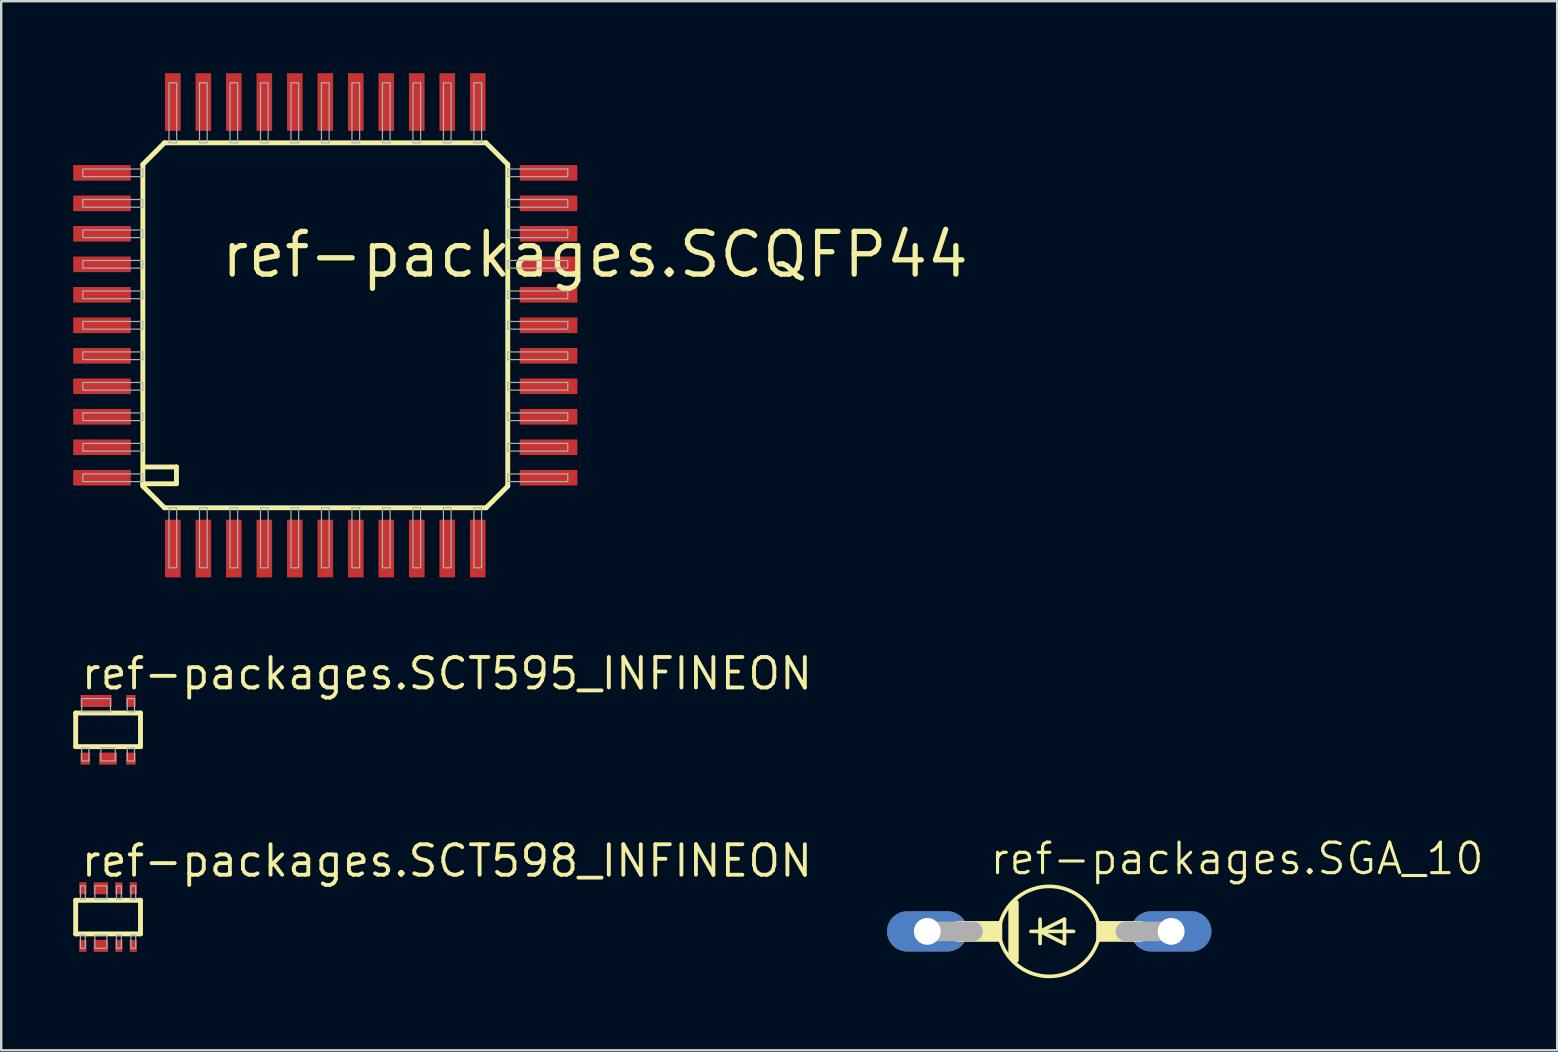
<source format=kicad_pcb>
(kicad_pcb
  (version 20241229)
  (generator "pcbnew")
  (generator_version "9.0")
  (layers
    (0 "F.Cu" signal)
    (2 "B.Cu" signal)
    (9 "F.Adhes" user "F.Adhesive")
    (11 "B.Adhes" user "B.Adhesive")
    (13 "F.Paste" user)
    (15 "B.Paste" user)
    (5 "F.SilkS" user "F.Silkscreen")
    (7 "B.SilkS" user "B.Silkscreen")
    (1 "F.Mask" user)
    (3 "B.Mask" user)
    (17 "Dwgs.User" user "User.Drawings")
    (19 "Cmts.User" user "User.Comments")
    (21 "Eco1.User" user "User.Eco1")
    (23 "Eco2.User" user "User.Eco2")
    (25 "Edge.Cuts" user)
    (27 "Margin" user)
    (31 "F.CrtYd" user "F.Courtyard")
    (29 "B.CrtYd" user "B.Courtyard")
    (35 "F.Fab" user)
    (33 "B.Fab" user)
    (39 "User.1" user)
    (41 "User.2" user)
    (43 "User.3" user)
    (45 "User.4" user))
  (footprint "ref-packages.SGA_10"
    (layer "F.Cu")
    (at 40.654 35.746)
    (property "Reference" "ref-packages.SGA_10" (at -2.54 -2.286 0) (layer "F.SilkS") (effects (font (size 1.27 1.27) (thickness 0.13)) (justify left bottom)))
    (attr through_hole)
    (fp_line (start -2.032 -0.381) (end -2.032 0.381) (stroke (width 0.152) (type default)) (layer "F.SilkS"))
    (fp_line (start -1.575 -1.041) (end -1.575 1.016) (stroke (width 0.254) (type default)) (layer "F.SilkS"))
    (fp_line (start -1.397 -1.194) (end -1.397 1.194) (stroke (width 0.254) (type default)) (layer "F.SilkS"))
    (fp_line (start -0.762 0) (end -0.381 0) (stroke (width 0.152) (type default)) (layer "F.SilkS"))
    (fp_line (start -0.381 -0.508) (end -0.381 0) (stroke (width 0.152) (type default)) (layer "F.SilkS"))
    (fp_line (start -0.381 0) (end -0.381 0.508) (stroke (width 0.152) (type default)) (layer "F.SilkS"))
    (fp_line (start -0.381 0) (end 0.635 -0.508) (stroke (width 0.152) (type default)) (layer "F.SilkS"))
    (fp_line (start -0.381 0) (end 1.016 0) (stroke (width 0.152) (type default)) (layer "F.SilkS"))
    (fp_line (start 0.635 -0.508) (end 0.635 0.508) (stroke (width 0.152) (type default)) (layer "F.SilkS"))
    (fp_line (start 0.635 0.508) (end -0.381 0) (stroke (width 0.152) (type default)) (layer "F.SilkS"))
    (fp_line (start 2.032 -0.381) (end 2.032 0.381) (stroke (width 0.152) (type default)) (layer "F.SilkS"))
    (fp_rect (start -3.861 0.406) (end -2.032 -0.406) (stroke (width 0.05) (type default)) (fill yes) (layer "F.SilkS"))
    (fp_rect (start 2.032 0.406) (end 3.861 -0.406) (stroke (width 0.05) (type default)) (fill yes) (layer "F.SilkS"))
    (fp_arc (start -2.032 -0.381) (mid 0 -1.874908) (end 2.032 -0.381) (stroke (width 0.1524) (type default)) (layer "F.SilkS"))
    (fp_arc (start 2.032 0.381) (mid 0 1.874908) (end -2.032 0.381) (stroke (width 0.1524) (type default)) (layer "F.SilkS"))
    (fp_line (start -5.08 0) (end -3.175 0) (stroke (width 0.813) (type default)) (layer "F.Fab"))
    (fp_line (start 5.08 0) (end 3.175 0) (stroke (width 0.813) (type default)) (layer "F.Fab"))
    (pad "A" thru_hole oval (at 5.08 0) (size 3.353 1.676) (drill 1.118) (layers "*.Cu" "*.Mask"))
    (pad "C" thru_hole oval (at -5.08 0) (size 3.353 1.676) (drill 1.118) (layers "*.Cu" "*.Mask")))
  (footprint "ref-packages.SCQFP44"
    (layer "F.Cu")
    (at 10.5 10.5)
    (property "Reference" "ref-packages.SCQFP44" (at -4.445 -1.905 0) (layer "F.SilkS") (effects (font (size 1.778 1.778) (thickness 0.22)) (justify left bottom)))
    (attr smd)
    (fp_line (start -7.6 -6.7) (end -7.6 6.6) (stroke (width 0.203) (type default)) (layer "F.SilkS"))
    (fp_line (start -7.6 -6.7) (end -6.7 -7.6) (stroke (width 0.203) (type default)) (layer "F.SilkS"))
    (fp_line (start -7.6 6.6) (end -7.6 6.7) (stroke (width 0.203) (type default)) (layer "F.SilkS"))
    (fp_line (start -7.6 6.6) (end -6.2 6.6) (stroke (width 0.203) (type default)) (layer "F.SilkS"))
    (fp_line (start -7.6 6.7) (end -6.7 7.6) (stroke (width 0.203) (type default)) (layer "F.SilkS"))
    (fp_line (start -6.7 7.6) (end 6.7 7.6) (stroke (width 0.203) (type default)) (layer "F.SilkS"))
    (fp_line (start -6.2 5.9) (end -7.5 5.9) (stroke (width 0.203) (type default)) (layer "F.SilkS"))
    (fp_line (start -6.2 6.6) (end -6.2 5.9) (stroke (width 0.203) (type default)) (layer "F.SilkS"))
    (fp_line (start 6.7 -7.6) (end -6.7 -7.6) (stroke (width 0.203) (type default)) (layer "F.SilkS"))
    (fp_line (start 6.7 -7.6) (end 7.6 -6.7) (stroke (width 0.203) (type default)) (layer "F.SilkS"))
    (fp_line (start 6.7 7.6) (end 7.6 6.7) (stroke (width 0.203) (type default)) (layer "F.SilkS"))
    (fp_line (start 7.6 6.7) (end 7.6 -6.7) (stroke (width 0.203) (type default)) (layer "F.SilkS"))
    (fp_rect (start -10.1 -6.19) (end -7.6 -6.51) (stroke (width 0.05) (type default)) (fill no) (layer "F.Fab"))
    (fp_rect (start -10.1 -4.92) (end -7.6 -5.24) (stroke (width 0.05) (type default)) (fill no) (layer "F.Fab"))
    (fp_rect (start -10.1 -3.65) (end -7.6 -3.97) (stroke (width 0.05) (type default)) (fill no) (layer "F.Fab"))
    (fp_rect (start -10.1 -2.38) (end -7.6 -2.7) (stroke (width 0.05) (type default)) (fill no) (layer "F.Fab"))
    (fp_rect (start -10.1 -1.11) (end -7.6 -1.43) (stroke (width 0.05) (type default)) (fill no) (layer "F.Fab"))
    (fp_rect (start -10.1 0.16) (end -7.6 -0.16) (stroke (width 0.05) (type default)) (fill no) (layer "F.Fab"))
    (fp_rect (start -10.1 1.43) (end -7.6 1.11) (stroke (width 0.05) (type default)) (fill no) (layer "F.Fab"))
    (fp_rect (start -10.1 2.7) (end -7.6 2.38) (stroke (width 0.05) (type default)) (fill no) (layer "F.Fab"))
    (fp_rect (start -10.1 3.97) (end -7.6 3.65) (stroke (width 0.05) (type default)) (fill no) (layer "F.Fab"))
    (fp_rect (start -10.1 5.24) (end -7.6 4.92) (stroke (width 0.05) (type default)) (fill no) (layer "F.Fab"))
    (fp_rect (start -10.1 6.51) (end -7.6 6.19) (stroke (width 0.05) (type default)) (fill no) (layer "F.Fab"))
    (fp_rect (start -6.51 -7.6) (end -6.19 -10.1) (stroke (width 0.05) (type default)) (fill no) (layer "F.Fab"))
    (fp_rect (start -6.51 10.1) (end -6.19 7.6) (stroke (width 0.05) (type default)) (fill no) (layer "F.Fab"))
    (fp_rect (start -5.24 -7.6) (end -4.92 -10.1) (stroke (width 0.05) (type default)) (fill no) (layer "F.Fab"))
    (fp_rect (start -5.24 10.1) (end -4.92 7.6) (stroke (width 0.05) (type default)) (fill no) (layer "F.Fab"))
    (fp_rect (start -3.97 -7.6) (end -3.65 -10.1) (stroke (width 0.05) (type default)) (fill no) (layer "F.Fab"))
    (fp_rect (start -3.97 10.1) (end -3.65 7.6) (stroke (width 0.05) (type default)) (fill no) (layer "F.Fab"))
    (fp_rect (start -2.7 -7.6) (end -2.38 -10.1) (stroke (width 0.05) (type default)) (fill no) (layer "F.Fab"))
    (fp_rect (start -2.7 10.1) (end -2.38 7.6) (stroke (width 0.05) (type default)) (fill no) (layer "F.Fab"))
    (fp_rect (start -1.43 -7.6) (end -1.11 -10.1) (stroke (width 0.05) (type default)) (fill no) (layer "F.Fab"))
    (fp_rect (start -1.43 10.1) (end -1.11 7.6) (stroke (width 0.05) (type default)) (fill no) (layer "F.Fab"))
    (fp_rect (start -0.16 -7.6) (end 0.16 -10.1) (stroke (width 0.05) (type default)) (fill no) (layer "F.Fab"))
    (fp_rect (start -0.16 10.1) (end 0.16 7.6) (stroke (width 0.05) (type default)) (fill no) (layer "F.Fab"))
    (fp_rect (start 1.11 -7.6) (end 1.43 -10.1) (stroke (width 0.05) (type default)) (fill no) (layer "F.Fab"))
    (fp_rect (start 1.11 10.1) (end 1.43 7.6) (stroke (width 0.05) (type default)) (fill no) (layer "F.Fab"))
    (fp_rect (start 2.38 -7.6) (end 2.7 -10.1) (stroke (width 0.05) (type default)) (fill no) (layer "F.Fab"))
    (fp_rect (start 2.38 10.1) (end 2.7 7.6) (stroke (width 0.05) (type default)) (fill no) (layer "F.Fab"))
    (fp_rect (start 3.65 -7.6) (end 3.97 -10.1) (stroke (width 0.05) (type default)) (fill no) (layer "F.Fab"))
    (fp_rect (start 3.65 10.1) (end 3.97 7.6) (stroke (width 0.05) (type default)) (fill no) (layer "F.Fab"))
    (fp_rect (start 4.92 -7.6) (end 5.24 -10.1) (stroke (width 0.05) (type default)) (fill no) (layer "F.Fab"))
    (fp_rect (start 4.92 10.1) (end 5.24 7.6) (stroke (width 0.05) (type default)) (fill no) (layer "F.Fab"))
    (fp_rect (start 6.19 -7.6) (end 6.51 -10.1) (stroke (width 0.05) (type default)) (fill no) (layer "F.Fab"))
    (fp_rect (start 6.19 10.1) (end 6.51 7.6) (stroke (width 0.05) (type default)) (fill no) (layer "F.Fab"))
    (fp_rect (start 7.6 -6.19) (end 10.1 -6.51) (stroke (width 0.05) (type default)) (fill no) (layer "F.Fab"))
    (fp_rect (start 7.6 -4.92) (end 10.1 -5.24) (stroke (width 0.05) (type default)) (fill no) (layer "F.Fab"))
    (fp_rect (start 7.6 -3.65) (end 10.1 -3.97) (stroke (width 0.05) (type default)) (fill no) (layer "F.Fab"))
    (fp_rect (start 7.6 -2.38) (end 10.1 -2.7) (stroke (width 0.05) (type default)) (fill no) (layer "F.Fab"))
    (fp_rect (start 7.6 -1.11) (end 10.1 -1.43) (stroke (width 0.05) (type default)) (fill no) (layer "F.Fab"))
    (fp_rect (start 7.6 0.16) (end 10.1 -0.16) (stroke (width 0.05) (type default)) (fill no) (layer "F.Fab"))
    (fp_rect (start 7.6 1.43) (end 10.1 1.11) (stroke (width 0.05) (type default)) (fill no) (layer "F.Fab"))
    (fp_rect (start 7.6 2.7) (end 10.1 2.38) (stroke (width 0.05) (type default)) (fill no) (layer "F.Fab"))
    (fp_rect (start 7.6 3.97) (end 10.1 3.65) (stroke (width 0.05) (type default)) (fill no) (layer "F.Fab"))
    (fp_rect (start 7.6 5.24) (end 10.1 4.92) (stroke (width 0.05) (type default)) (fill no) (layer "F.Fab"))
    (fp_rect (start 7.6 6.51) (end 10.1 6.19) (stroke (width 0.05) (type default)) (fill no) (layer "F.Fab"))
    (pad "1" smd roundrect (at -6.35 9.3) (size 0.65 2.4) (layers "F.Cu" "F.Mask" "F.Paste") (roundrect_rratio 0.01))
    (pad "2" smd roundrect (at -5.08 9.3) (size 0.65 2.4) (layers "F.Cu" "F.Mask" "F.Paste") (roundrect_rratio 0.01))
    (pad "3" smd roundrect (at -3.81 9.3) (size 0.65 2.4) (layers "F.Cu" "F.Mask" "F.Paste") (roundrect_rratio 0.01))
    (pad "4" smd roundrect (at -2.54 9.3) (size 0.65 2.4) (layers "F.Cu" "F.Mask" "F.Paste") (roundrect_rratio 0.01))
    (pad "5" smd roundrect (at -1.27 9.3) (size 0.65 2.4) (layers "F.Cu" "F.Mask" "F.Paste") (roundrect_rratio 0.01))
    (pad "6" smd roundrect (at 0 9.3) (size 0.65 2.4) (layers "F.Cu" "F.Mask" "F.Paste") (roundrect_rratio 0.01))
    (pad "7" smd roundrect (at 1.27 9.3) (size 0.65 2.4) (layers "F.Cu" "F.Mask" "F.Paste") (roundrect_rratio 0.01))
    (pad "8" smd roundrect (at 2.54 9.3) (size 0.65 2.4) (layers "F.Cu" "F.Mask" "F.Paste") (roundrect_rratio 0.01))
    (pad "9" smd roundrect (at 3.81 9.3) (size 0.65 2.4) (layers "F.Cu" "F.Mask" "F.Paste") (roundrect_rratio 0.01))
    (pad "10" smd roundrect (at 5.08 9.3) (size 0.65 2.4) (layers "F.Cu" "F.Mask" "F.Paste") (roundrect_rratio 0.01))
    (pad "11" smd roundrect (at 6.35 9.3) (size 0.65 2.4) (layers "F.Cu" "F.Mask" "F.Paste") (roundrect_rratio 0.01))
    (pad "12" smd roundrect (at 9.3 6.35) (size 2.4 0.65) (layers "F.Cu" "F.Mask" "F.Paste") (roundrect_rratio 0.01))
    (pad "13" smd roundrect (at 9.3 5.08) (size 2.4 0.65) (layers "F.Cu" "F.Mask" "F.Paste") (roundrect_rratio 0.01))
    (pad "14" smd roundrect (at 9.3 3.81) (size 2.4 0.65) (layers "F.Cu" "F.Mask" "F.Paste") (roundrect_rratio 0.01))
    (pad "15" smd roundrect (at 9.3 2.54) (size 2.4 0.65) (layers "F.Cu" "F.Mask" "F.Paste") (roundrect_rratio 0.01))
    (pad "16" smd roundrect (at 9.3 1.27) (size 2.4 0.65) (layers "F.Cu" "F.Mask" "F.Paste") (roundrect_rratio 0.01))
    (pad "17" smd roundrect (at 9.3 0) (size 2.4 0.65) (layers "F.Cu" "F.Mask" "F.Paste") (roundrect_rratio 0.01))
    (pad "18" smd roundrect (at 9.3 -1.27) (size 2.4 0.65) (layers "F.Cu" "F.Mask" "F.Paste") (roundrect_rratio 0.01))
    (pad "19" smd roundrect (at 9.3 -2.54) (size 2.4 0.65) (layers "F.Cu" "F.Mask" "F.Paste") (roundrect_rratio 0.01))
    (pad "20" smd roundrect (at 9.3 -3.81) (size 2.4 0.65) (layers "F.Cu" "F.Mask" "F.Paste") (roundrect_rratio 0.01))
    (pad "21" smd roundrect (at 9.3 -5.08) (size 2.4 0.65) (layers "F.Cu" "F.Mask" "F.Paste") (roundrect_rratio 0.01))
    (pad "22" smd roundrect (at 9.3 -6.35) (size 2.4 0.65) (layers "F.Cu" "F.Mask" "F.Paste") (roundrect_rratio 0.01))
    (pad "23" smd roundrect (at 6.35 -9.3) (size 0.65 2.4) (layers "F.Cu" "F.Mask" "F.Paste") (roundrect_rratio 0.01))
    (pad "24" smd roundrect (at 5.08 -9.3) (size 0.65 2.4) (layers "F.Cu" "F.Mask" "F.Paste") (roundrect_rratio 0.01))
    (pad "25" smd roundrect (at 3.81 -9.3) (size 0.65 2.4) (layers "F.Cu" "F.Mask" "F.Paste") (roundrect_rratio 0.01))
    (pad "26" smd roundrect (at 2.54 -9.3) (size 0.65 2.4) (layers "F.Cu" "F.Mask" "F.Paste") (roundrect_rratio 0.01))
    (pad "27" smd roundrect (at 1.27 -9.3) (size 0.65 2.4) (layers "F.Cu" "F.Mask" "F.Paste") (roundrect_rratio 0.01))
    (pad "28" smd roundrect (at 0 -9.3) (size 0.65 2.4) (layers "F.Cu" "F.Mask" "F.Paste") (roundrect_rratio 0.01))
    (pad "29" smd roundrect (at -1.27 -9.3) (size 0.65 2.4) (layers "F.Cu" "F.Mask" "F.Paste") (roundrect_rratio 0.01))
    (pad "30" smd roundrect (at -2.54 -9.3) (size 0.65 2.4) (layers "F.Cu" "F.Mask" "F.Paste") (roundrect_rratio 0.01))
    (pad "31" smd roundrect (at -3.81 -9.3) (size 0.65 2.4) (layers "F.Cu" "F.Mask" "F.Paste") (roundrect_rratio 0.01))
    (pad "32" smd roundrect (at -5.08 -9.3) (size 0.65 2.4) (layers "F.Cu" "F.Mask" "F.Paste") (roundrect_rratio 0.01))
    (pad "33" smd roundrect (at -6.35 -9.3) (size 0.65 2.4) (layers "F.Cu" "F.Mask" "F.Paste") (roundrect_rratio 0.01))
    (pad "34" smd roundrect (at -9.3 -6.35) (size 2.4 0.65) (layers "F.Cu" "F.Mask" "F.Paste") (roundrect_rratio 0.01))
    (pad "35" smd roundrect (at -9.3 -5.08) (size 2.4 0.65) (layers "F.Cu" "F.Mask" "F.Paste") (roundrect_rratio 0.01))
    (pad "36" smd roundrect (at -9.3 -3.81) (size 2.4 0.65) (layers "F.Cu" "F.Mask" "F.Paste") (roundrect_rratio 0.01))
    (pad "37" smd roundrect (at -9.3 -2.54) (size 2.4 0.65) (layers "F.Cu" "F.Mask" "F.Paste") (roundrect_rratio 0.01))
    (pad "38" smd roundrect (at -9.3 -1.27) (size 2.4 0.65) (layers "F.Cu" "F.Mask" "F.Paste") (roundrect_rratio 0.01))
    (pad "39" smd roundrect (at -9.3 0) (size 2.4 0.65) (layers "F.Cu" "F.Mask" "F.Paste") (roundrect_rratio 0.01))
    (pad "40" smd roundrect (at -9.3 1.27) (size 2.4 0.65) (layers "F.Cu" "F.Mask" "F.Paste") (roundrect_rratio 0.01))
    (pad "41" smd roundrect (at -9.3 2.54) (size 2.4 0.65) (layers "F.Cu" "F.Mask" "F.Paste") (roundrect_rratio 0.01))
    (pad "42" smd roundrect (at -9.3 3.81) (size 2.4 0.65) (layers "F.Cu" "F.Mask" "F.Paste") (roundrect_rratio 0.01))
    (pad "43" smd roundrect (at -9.3 5.08) (size 2.4 0.65) (layers "F.Cu" "F.Mask" "F.Paste") (roundrect_rratio 0.01))
    (pad "44" smd roundrect (at -9.3 6.35) (size 2.4 0.65) (layers "F.Cu" "F.Mask" "F.Paste") (roundrect_rratio 0.01)))
  (footprint "ref-packages.SCT595_INFINEON"
    (layer "F.Cu")
    (at 1.452 27.35)
    (property "Reference" "ref-packages.SCT595_INFINEON" (at -1.2 -1.6 0) (layer "F.SilkS") (effects (font (size 1.27 1.27) (thickness 0.16)) (justify left bottom)))
    (attr smd)
    (fp_line (start -1.35 -0.7) (end 1.35 -0.7) (stroke (width 0.203) (type default)) (layer "F.SilkS"))
    (fp_line (start -1.35 0.7) (end -1.35 -0.7) (stroke (width 0.203) (type default)) (layer "F.SilkS"))
    (fp_line (start 1.35 -0.7) (end 1.35 0.7) (stroke (width 0.203) (type default)) (layer "F.SilkS"))
    (fp_line (start 1.35 0.7) (end -1.35 0.7) (stroke (width 0.203) (type default)) (layer "F.SilkS"))
    (fp_rect (start -1.1 -0.75) (end 0.1 -1.3) (stroke (width 0.05) (type default)) (fill no) (layer "F.Fab"))
    (fp_rect (start -1.1 1.3) (end -0.8 0.75) (stroke (width 0.05) (type default)) (fill no) (layer "F.Fab"))
    (fp_rect (start -0.3 1.3) (end 0.3 0.75) (stroke (width 0.05) (type default)) (fill no) (layer "F.Fab"))
    (fp_rect (start 0.8 -0.75) (end 1.1 -1.3) (stroke (width 0.05) (type default)) (fill no) (layer "F.Fab"))
    (fp_rect (start 0.8 1.3) (end 1.1 0.75) (stroke (width 0.05) (type default)) (fill no) (layer "F.Fab"))
    (pad "1" smd roundrect (at -0.95 1.2) (size 0.4 0.5) (layers "F.Cu" "F.Mask" "F.Paste") (roundrect_rratio 0.01))
    (pad "2" smd roundrect (at 0 1.2) (size 0.75 0.5) (layers "F.Cu" "F.Mask" "F.Paste") (roundrect_rratio 0.01))
    (pad "3" smd roundrect (at 0.95 1.2) (size 0.4 0.5) (layers "F.Cu" "F.Mask" "F.Paste") (roundrect_rratio 0.01))
    (pad "4" smd roundrect (at 0.95 -1.2) (size 0.4 0.5) (layers "F.Cu" "F.Mask" "F.Paste") (roundrect_rratio 0.01))
    (pad "5" smd roundrect (at -0.5 -1.2) (size 1.3 0.5) (layers "F.Cu" "F.Mask" "F.Paste") (roundrect_rratio 0.01)))
  (footprint "ref-packages.SCT598_INFINEON"
    (layer "F.Cu")
    (at 1.452 35.15)
    (property "Reference" "ref-packages.SCT598_INFINEON" (at -1.2 -1.6 0) (layer "F.SilkS") (effects (font (size 1.27 1.27) (thickness 0.16)) (justify left bottom)))
    (attr smd)
    (fp_line (start -1.35 -0.7) (end 1.35 -0.7) (stroke (width 0.203) (type default)) (layer "F.SilkS"))
    (fp_line (start -1.35 0.7) (end -1.35 -0.7) (stroke (width 0.203) (type default)) (layer "F.SilkS"))
    (fp_line (start 1.35 -0.7) (end 1.35 0.7) (stroke (width 0.203) (type default)) (layer "F.SilkS"))
    (fp_line (start 1.35 0.7) (end -1.35 0.7) (stroke (width 0.203) (type default)) (layer "F.SilkS"))
    (fp_rect (start -1.15 -0.75) (end -0.95 -1.3) (stroke (width 0.05) (type default)) (fill no) (layer "F.Fab"))
    (fp_rect (start -1.15 1.3) (end -0.95 0.75) (stroke (width 0.05) (type default)) (fill no) (layer "F.Fab"))
    (fp_rect (start -0.55 -0.75) (end -0.05 -1.3) (stroke (width 0.05) (type default)) (fill no) (layer "F.Fab"))
    (fp_rect (start -0.55 1.3) (end -0.05 0.75) (stroke (width 0.05) (type default)) (fill no) (layer "F.Fab"))
    (fp_rect (start 0.35 -0.75) (end 0.55 -1.3) (stroke (width 0.05) (type default)) (fill no) (layer "F.Fab"))
    (fp_rect (start 0.35 1.3) (end 0.55 0.75) (stroke (width 0.05) (type default)) (fill no) (layer "F.Fab"))
    (fp_rect (start 0.95 -0.75) (end 1.15 -1.3) (stroke (width 0.05) (type default)) (fill no) (layer "F.Fab"))
    (fp_rect (start 0.95 1.3) (end 1.15 0.75) (stroke (width 0.05) (type default)) (fill no) (layer "F.Fab"))
    (pad "1" smd roundrect (at -1.05 1.2) (size 0.3 0.5) (layers "F.Cu" "F.Mask" "F.Paste") (roundrect_rratio 0.01))
    (pad "2" smd roundrect (at -0.3 1.2) (size 0.6 0.5) (layers "F.Cu" "F.Mask" "F.Paste") (roundrect_rratio 0.01))
    (pad "3" smd roundrect (at 0.45 1.2) (size 0.3 0.5) (layers "F.Cu" "F.Mask" "F.Paste") (roundrect_rratio 0.01))
    (pad "4" smd roundrect (at 1.05 1.2) (size 0.3 0.5) (layers "F.Cu" "F.Mask" "F.Paste") (roundrect_rratio 0.01))
    (pad "5" smd roundrect (at 1.05 -1.2) (size 0.3 0.5) (layers "F.Cu" "F.Mask" "F.Paste") (roundrect_rratio 0.01))
    (pad "6" smd roundrect (at 0.45 -1.2) (size 0.3 0.5) (layers "F.Cu" "F.Mask" "F.Paste") (roundrect_rratio 0.01))
    (pad "7" smd roundrect (at -0.3 -1.2) (size 0.6 0.5) (layers "F.Cu" "F.Mask" "F.Paste") (roundrect_rratio 0.01))
    (pad "8" smd roundrect (at -1.05 -1.2) (size 0.3 0.5) (layers "F.Cu" "F.Mask" "F.Paste") (roundrect_rratio 0.01)))
  (gr_rect
    (start -3 -3)
    (end 61.811 40.697)
    (stroke (width 0.1) (type default))
    (fill no)
    (layer "Edge.Cuts")))
</source>
